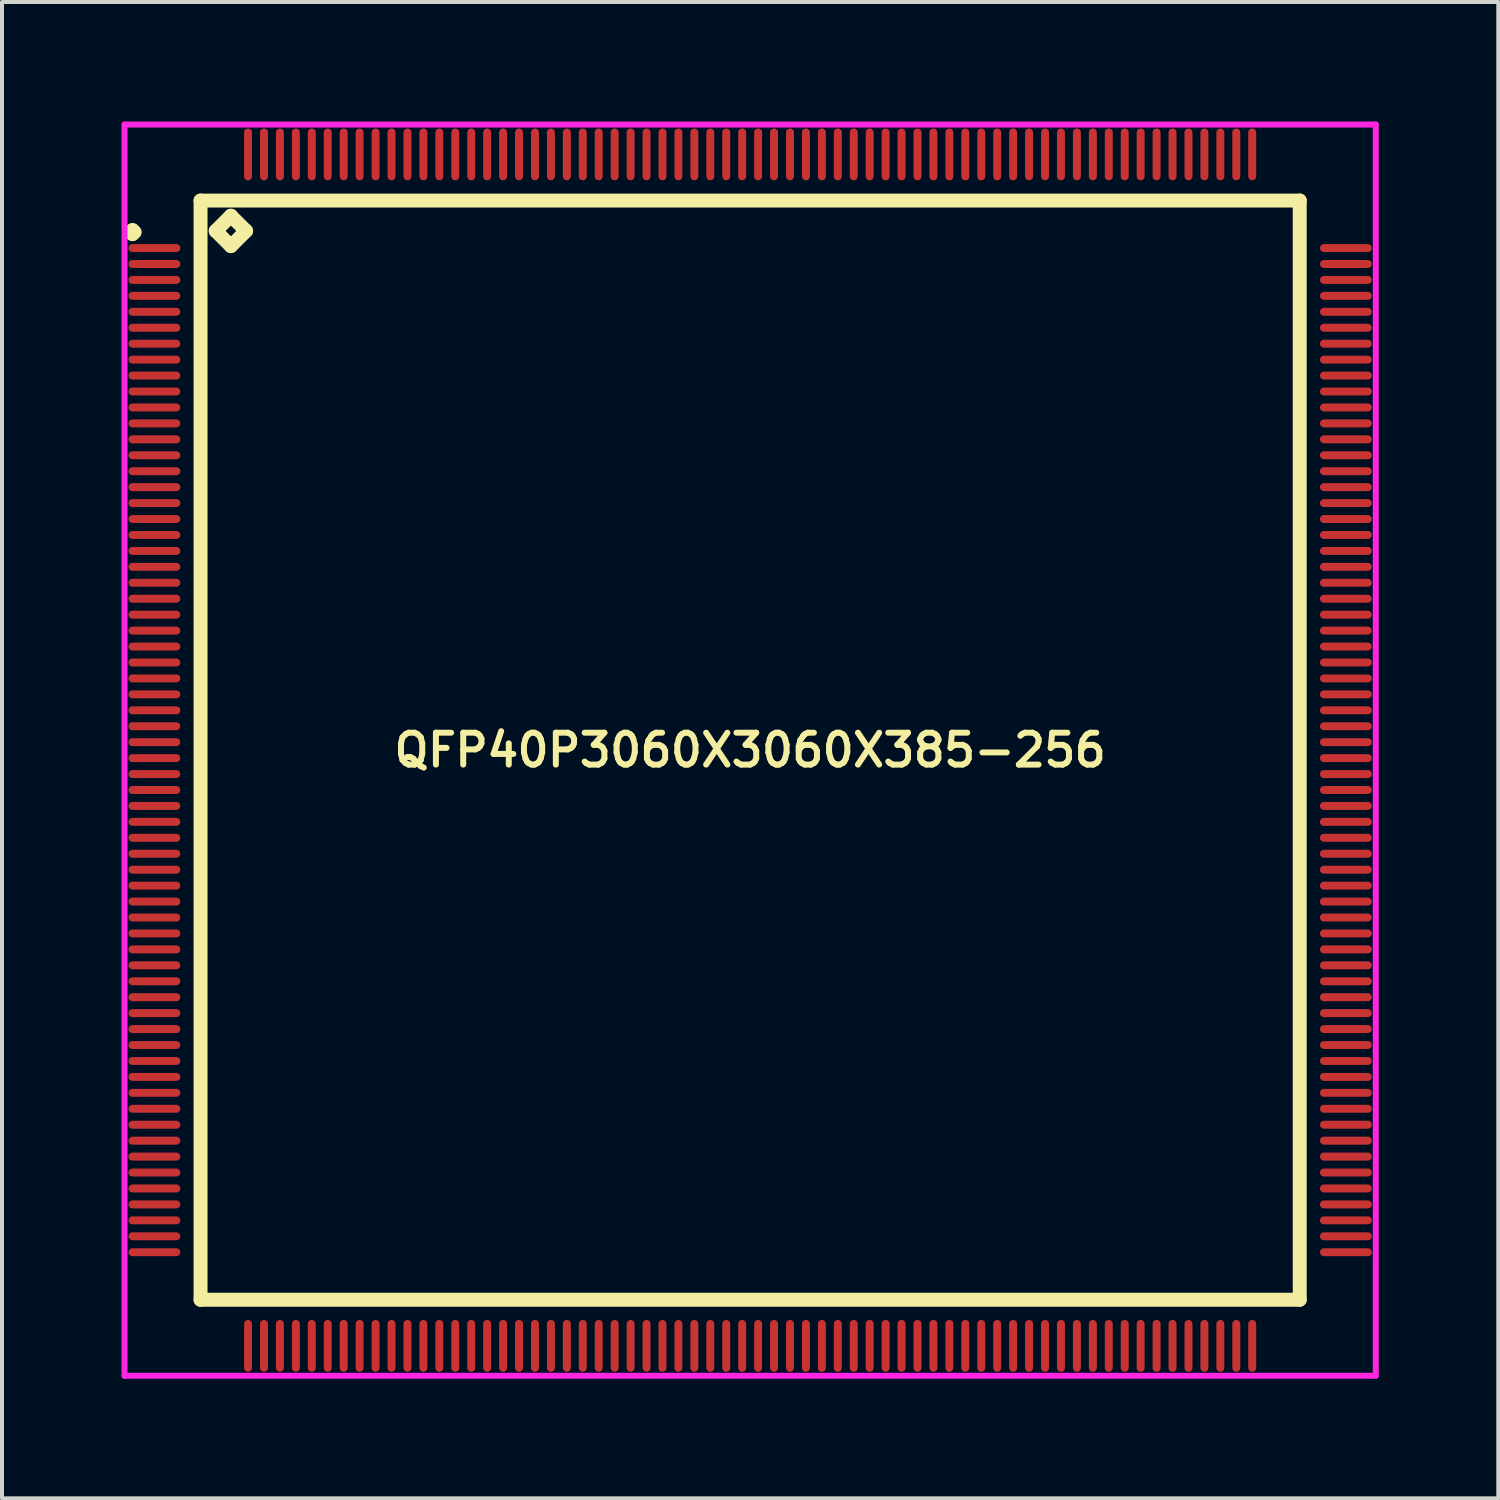
<source format=kicad_pcb>
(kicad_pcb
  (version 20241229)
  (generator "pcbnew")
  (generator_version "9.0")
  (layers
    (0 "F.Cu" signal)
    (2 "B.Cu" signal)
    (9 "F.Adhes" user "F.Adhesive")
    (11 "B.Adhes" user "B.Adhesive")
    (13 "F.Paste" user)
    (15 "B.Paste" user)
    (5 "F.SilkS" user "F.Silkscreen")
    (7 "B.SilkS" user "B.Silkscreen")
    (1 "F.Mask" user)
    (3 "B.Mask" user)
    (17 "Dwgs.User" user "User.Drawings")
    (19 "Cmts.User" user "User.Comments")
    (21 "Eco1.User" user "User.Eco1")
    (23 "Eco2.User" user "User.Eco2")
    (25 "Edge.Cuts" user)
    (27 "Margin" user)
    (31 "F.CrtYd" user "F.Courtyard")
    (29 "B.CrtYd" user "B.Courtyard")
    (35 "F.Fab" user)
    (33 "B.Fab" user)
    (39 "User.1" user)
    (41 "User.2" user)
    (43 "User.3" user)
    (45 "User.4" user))
  (footprint "QFP40P3060X3060X385-256"
    (layer "F.Cu")
    (at 15.775 15.775)
    (property "Reference" "QFP40P3060X3060X385-256" (at 0 0 0) (layer "F.SilkS") (effects (font (size 0.8 0.8) (thickness 0.15))))
    (attr smd)
    (fp_line (start -15.55 -13) (end -15.5 -13.05) (stroke (width 0.35) (type solid)) (layer "F.SilkS"))
    (fp_line (start -15.5 -13.05) (end -15.45 -13) (stroke (width 0.35) (type solid)) (layer "F.SilkS"))
    (fp_line (start -15.5 -12.95) (end -15.55 -13) (stroke (width 0.35) (type solid)) (layer "F.SilkS"))
    (fp_line (start -15.45 -13) (end -15.5 -12.95) (stroke (width 0.35) (type solid)) (layer "F.SilkS"))
    (fp_line (start -13.792 -13.792) (end -13.792 13.792) (stroke (width 0.35) (type solid)) (layer "F.SilkS"))
    (fp_line (start -13.792 13.792) (end 13.792 13.792) (stroke (width 0.35) (type solid)) (layer "F.SilkS"))
    (fp_line (start -13.411 -13.03) (end -13.03 -13.411) (stroke (width 0.35) (type solid)) (layer "F.SilkS"))
    (fp_line (start -13.03 -13.411) (end -12.649 -13.03) (stroke (width 0.35) (type solid)) (layer "F.SilkS"))
    (fp_line (start -13.03 -12.649) (end -13.411 -13.03) (stroke (width 0.35) (type solid)) (layer "F.SilkS"))
    (fp_line (start -12.649 -13.03) (end -13.03 -12.649) (stroke (width 0.35) (type solid)) (layer "F.SilkS"))
    (fp_line (start 13.792 -13.792) (end -13.792 -13.792) (stroke (width 0.35) (type solid)) (layer "F.SilkS"))
    (fp_line (start 13.792 13.792) (end 13.792 -13.792) (stroke (width 0.35) (type solid)) (layer "F.SilkS"))
    (fp_line (start -15.7 -15.7) (end 15.7 -15.7) (stroke (width 0.15) (type solid)) (layer "F.CrtYd"))
    (fp_line (start -15.7 15.7) (end -15.7 -15.7) (stroke (width 0.15) (type solid)) (layer "F.CrtYd"))
    (fp_line (start 15.7 -15.7) (end 15.7 15.7) (stroke (width 0.15) (type solid)) (layer "F.CrtYd"))
    (fp_line (start 15.7 15.7) (end -15.7 15.7) (stroke (width 0.15) (type solid)) (layer "F.CrtYd"))
    (pad "1" smd oval (at -14.95 -12.6) (size 1.3 0.2) (layers "F.Cu" "F.Mask" "F.Paste"))
    (pad "2" smd oval (at -14.95 -12.2) (size 1.3 0.2) (layers "F.Cu" "F.Mask" "F.Paste"))
    (pad "3" smd oval (at -14.95 -11.8) (size 1.3 0.2) (layers "F.Cu" "F.Mask" "F.Paste"))
    (pad "4" smd oval (at -14.95 -11.4) (size 1.3 0.2) (layers "F.Cu" "F.Mask" "F.Paste"))
    (pad "5" smd oval (at -14.95 -11) (size 1.3 0.2) (layers "F.Cu" "F.Mask" "F.Paste"))
    (pad "6" smd oval (at -14.95 -10.6) (size 1.3 0.2) (layers "F.Cu" "F.Mask" "F.Paste"))
    (pad "7" smd oval (at -14.95 -10.2) (size 1.3 0.2) (layers "F.Cu" "F.Mask" "F.Paste"))
    (pad "8" smd oval (at -14.95 -9.8) (size 1.3 0.2) (layers "F.Cu" "F.Mask" "F.Paste"))
    (pad "9" smd oval (at -14.95 -9.4) (size 1.3 0.2) (layers "F.Cu" "F.Mask" "F.Paste"))
    (pad "10" smd oval (at -14.95 -9) (size 1.3 0.2) (layers "F.Cu" "F.Mask" "F.Paste"))
    (pad "11" smd oval (at -14.95 -8.6) (size 1.3 0.2) (layers "F.Cu" "F.Mask" "F.Paste"))
    (pad "12" smd oval (at -14.95 -8.2) (size 1.3 0.2) (layers "F.Cu" "F.Mask" "F.Paste"))
    (pad "13" smd oval (at -14.95 -7.8) (size 1.3 0.2) (layers "F.Cu" "F.Mask" "F.Paste"))
    (pad "14" smd oval (at -14.95 -7.4) (size 1.3 0.2) (layers "F.Cu" "F.Mask" "F.Paste"))
    (pad "15" smd oval (at -14.95 -7) (size 1.3 0.2) (layers "F.Cu" "F.Mask" "F.Paste"))
    (pad "16" smd oval (at -14.95 -6.6) (size 1.3 0.2) (layers "F.Cu" "F.Mask" "F.Paste"))
    (pad "17" smd oval (at -14.95 -6.2) (size 1.3 0.2) (layers "F.Cu" "F.Mask" "F.Paste"))
    (pad "18" smd oval (at -14.95 -5.8) (size 1.3 0.2) (layers "F.Cu" "F.Mask" "F.Paste"))
    (pad "19" smd oval (at -14.95 -5.4) (size 1.3 0.2) (layers "F.Cu" "F.Mask" "F.Paste"))
    (pad "20" smd oval (at -14.95 -5) (size 1.3 0.2) (layers "F.Cu" "F.Mask" "F.Paste"))
    (pad "21" smd oval (at -14.95 -4.6) (size 1.3 0.2) (layers "F.Cu" "F.Mask" "F.Paste"))
    (pad "22" smd oval (at -14.95 -4.2) (size 1.3 0.2) (layers "F.Cu" "F.Mask" "F.Paste"))
    (pad "23" smd oval (at -14.95 -3.8) (size 1.3 0.2) (layers "F.Cu" "F.Mask" "F.Paste"))
    (pad "24" smd oval (at -14.95 -3.4) (size 1.3 0.2) (layers "F.Cu" "F.Mask" "F.Paste"))
    (pad "25" smd oval (at -14.95 -3) (size 1.3 0.2) (layers "F.Cu" "F.Mask" "F.Paste"))
    (pad "26" smd oval (at -14.95 -2.6) (size 1.3 0.2) (layers "F.Cu" "F.Mask" "F.Paste"))
    (pad "27" smd oval (at -14.95 -2.2) (size 1.3 0.2) (layers "F.Cu" "F.Mask" "F.Paste"))
    (pad "28" smd oval (at -14.95 -1.8) (size 1.3 0.2) (layers "F.Cu" "F.Mask" "F.Paste"))
    (pad "29" smd oval (at -14.95 -1.4) (size 1.3 0.2) (layers "F.Cu" "F.Mask" "F.Paste"))
    (pad "30" smd oval (at -14.95 -1) (size 1.3 0.2) (layers "F.Cu" "F.Mask" "F.Paste"))
    (pad "31" smd oval (at -14.95 -0.6) (size 1.3 0.2) (layers "F.Cu" "F.Mask" "F.Paste"))
    (pad "32" smd oval (at -14.95 -0.2) (size 1.3 0.2) (layers "F.Cu" "F.Mask" "F.Paste"))
    (pad "33" smd oval (at -14.95 0.2) (size 1.3 0.2) (layers "F.Cu" "F.Mask" "F.Paste"))
    (pad "34" smd oval (at -14.95 0.6) (size 1.3 0.2) (layers "F.Cu" "F.Mask" "F.Paste"))
    (pad "35" smd oval (at -14.95 1) (size 1.3 0.2) (layers "F.Cu" "F.Mask" "F.Paste"))
    (pad "36" smd oval (at -14.95 1.4) (size 1.3 0.2) (layers "F.Cu" "F.Mask" "F.Paste"))
    (pad "37" smd oval (at -14.95 1.8) (size 1.3 0.2) (layers "F.Cu" "F.Mask" "F.Paste"))
    (pad "38" smd oval (at -14.95 2.2) (size 1.3 0.2) (layers "F.Cu" "F.Mask" "F.Paste"))
    (pad "39" smd oval (at -14.95 2.6) (size 1.3 0.2) (layers "F.Cu" "F.Mask" "F.Paste"))
    (pad "40" smd oval (at -14.95 3) (size 1.3 0.2) (layers "F.Cu" "F.Mask" "F.Paste"))
    (pad "41" smd oval (at -14.95 3.4) (size 1.3 0.2) (layers "F.Cu" "F.Mask" "F.Paste"))
    (pad "42" smd oval (at -14.95 3.8) (size 1.3 0.2) (layers "F.Cu" "F.Mask" "F.Paste"))
    (pad "43" smd oval (at -14.95 4.2) (size 1.3 0.2) (layers "F.Cu" "F.Mask" "F.Paste"))
    (pad "44" smd oval (at -14.95 4.6) (size 1.3 0.2) (layers "F.Cu" "F.Mask" "F.Paste"))
    (pad "45" smd oval (at -14.95 5) (size 1.3 0.2) (layers "F.Cu" "F.Mask" "F.Paste"))
    (pad "46" smd oval (at -14.95 5.4) (size 1.3 0.2) (layers "F.Cu" "F.Mask" "F.Paste"))
    (pad "47" smd oval (at -14.95 5.8) (size 1.3 0.2) (layers "F.Cu" "F.Mask" "F.Paste"))
    (pad "48" smd oval (at -14.95 6.2) (size 1.3 0.2) (layers "F.Cu" "F.Mask" "F.Paste"))
    (pad "49" smd oval (at -14.95 6.6) (size 1.3 0.2) (layers "F.Cu" "F.Mask" "F.Paste"))
    (pad "50" smd oval (at -14.95 7) (size 1.3 0.2) (layers "F.Cu" "F.Mask" "F.Paste"))
    (pad "51" smd oval (at -14.95 7.4) (size 1.3 0.2) (layers "F.Cu" "F.Mask" "F.Paste"))
    (pad "52" smd oval (at -14.95 7.8) (size 1.3 0.2) (layers "F.Cu" "F.Mask" "F.Paste"))
    (pad "53" smd oval (at -14.95 8.2) (size 1.3 0.2) (layers "F.Cu" "F.Mask" "F.Paste"))
    (pad "54" smd oval (at -14.95 8.6) (size 1.3 0.2) (layers "F.Cu" "F.Mask" "F.Paste"))
    (pad "55" smd oval (at -14.95 9) (size 1.3 0.2) (layers "F.Cu" "F.Mask" "F.Paste"))
    (pad "56" smd oval (at -14.95 9.4) (size 1.3 0.2) (layers "F.Cu" "F.Mask" "F.Paste"))
    (pad "57" smd oval (at -14.95 9.8) (size 1.3 0.2) (layers "F.Cu" "F.Mask" "F.Paste"))
    (pad "58" smd oval (at -14.95 10.2) (size 1.3 0.2) (layers "F.Cu" "F.Mask" "F.Paste"))
    (pad "59" smd oval (at -14.95 10.6) (size 1.3 0.2) (layers "F.Cu" "F.Mask" "F.Paste"))
    (pad "60" smd oval (at -14.95 11) (size 1.3 0.2) (layers "F.Cu" "F.Mask" "F.Paste"))
    (pad "61" smd oval (at -14.95 11.4) (size 1.3 0.2) (layers "F.Cu" "F.Mask" "F.Paste"))
    (pad "62" smd oval (at -14.95 11.8) (size 1.3 0.2) (layers "F.Cu" "F.Mask" "F.Paste"))
    (pad "63" smd oval (at -14.95 12.2) (size 1.3 0.2) (layers "F.Cu" "F.Mask" "F.Paste"))
    (pad "64" smd oval (at -14.95 12.6) (size 1.3 0.2) (layers "F.Cu" "F.Mask" "F.Paste"))
    (pad "65" smd oval (at -12.6 14.95) (size 0.2 1.3) (layers "F.Cu" "F.Mask" "F.Paste"))
    (pad "66" smd oval (at -12.2 14.95) (size 0.2 1.3) (layers "F.Cu" "F.Mask" "F.Paste"))
    (pad "67" smd oval (at -11.8 14.95) (size 0.2 1.3) (layers "F.Cu" "F.Mask" "F.Paste"))
    (pad "68" smd oval (at -11.4 14.95) (size 0.2 1.3) (layers "F.Cu" "F.Mask" "F.Paste"))
    (pad "69" smd oval (at -11 14.95) (size 0.2 1.3) (layers "F.Cu" "F.Mask" "F.Paste"))
    (pad "70" smd oval (at -10.6 14.95) (size 0.2 1.3) (layers "F.Cu" "F.Mask" "F.Paste"))
    (pad "71" smd oval (at -10.2 14.95) (size 0.2 1.3) (layers "F.Cu" "F.Mask" "F.Paste"))
    (pad "72" smd oval (at -9.8 14.95) (size 0.2 1.3) (layers "F.Cu" "F.Mask" "F.Paste"))
    (pad "73" smd oval (at -9.4 14.95) (size 0.2 1.3) (layers "F.Cu" "F.Mask" "F.Paste"))
    (pad "74" smd oval (at -9 14.95) (size 0.2 1.3) (layers "F.Cu" "F.Mask" "F.Paste"))
    (pad "75" smd oval (at -8.6 14.95) (size 0.2 1.3) (layers "F.Cu" "F.Mask" "F.Paste"))
    (pad "76" smd oval (at -8.2 14.95) (size 0.2 1.3) (layers "F.Cu" "F.Mask" "F.Paste"))
    (pad "77" smd oval (at -7.8 14.95) (size 0.2 1.3) (layers "F.Cu" "F.Mask" "F.Paste"))
    (pad "78" smd oval (at -7.4 14.95) (size 0.2 1.3) (layers "F.Cu" "F.Mask" "F.Paste"))
    (pad "79" smd oval (at -7 14.95) (size 0.2 1.3) (layers "F.Cu" "F.Mask" "F.Paste"))
    (pad "80" smd oval (at -6.6 14.95) (size 0.2 1.3) (layers "F.Cu" "F.Mask" "F.Paste"))
    (pad "81" smd oval (at -6.2 14.95) (size 0.2 1.3) (layers "F.Cu" "F.Mask" "F.Paste"))
    (pad "82" smd oval (at -5.8 14.95) (size 0.2 1.3) (layers "F.Cu" "F.Mask" "F.Paste"))
    (pad "83" smd oval (at -5.4 14.95) (size 0.2 1.3) (layers "F.Cu" "F.Mask" "F.Paste"))
    (pad "84" smd oval (at -5 14.95) (size 0.2 1.3) (layers "F.Cu" "F.Mask" "F.Paste"))
    (pad "85" smd oval (at -4.6 14.95) (size 0.2 1.3) (layers "F.Cu" "F.Mask" "F.Paste"))
    (pad "86" smd oval (at -4.2 14.95) (size 0.2 1.3) (layers "F.Cu" "F.Mask" "F.Paste"))
    (pad "87" smd oval (at -3.8 14.95) (size 0.2 1.3) (layers "F.Cu" "F.Mask" "F.Paste"))
    (pad "88" smd oval (at -3.4 14.95) (size 0.2 1.3) (layers "F.Cu" "F.Mask" "F.Paste"))
    (pad "89" smd oval (at -3 14.95) (size 0.2 1.3) (layers "F.Cu" "F.Mask" "F.Paste"))
    (pad "90" smd oval (at -2.6 14.95) (size 0.2 1.3) (layers "F.Cu" "F.Mask" "F.Paste"))
    (pad "91" smd oval (at -2.2 14.95) (size 0.2 1.3) (layers "F.Cu" "F.Mask" "F.Paste"))
    (pad "92" smd oval (at -1.8 14.95) (size 0.2 1.3) (layers "F.Cu" "F.Mask" "F.Paste"))
    (pad "93" smd oval (at -1.4 14.95) (size 0.2 1.3) (layers "F.Cu" "F.Mask" "F.Paste"))
    (pad "94" smd oval (at -1 14.95) (size 0.2 1.3) (layers "F.Cu" "F.Mask" "F.Paste"))
    (pad "95" smd oval (at -0.6 14.95) (size 0.2 1.3) (layers "F.Cu" "F.Mask" "F.Paste"))
    (pad "96" smd oval (at -0.2 14.95) (size 0.2 1.3) (layers "F.Cu" "F.Mask" "F.Paste"))
    (pad "97" smd oval (at 0.2 14.95) (size 0.2 1.3) (layers "F.Cu" "F.Mask" "F.Paste"))
    (pad "98" smd oval (at 0.6 14.95) (size 0.2 1.3) (layers "F.Cu" "F.Mask" "F.Paste"))
    (pad "99" smd oval (at 1 14.95) (size 0.2 1.3) (layers "F.Cu" "F.Mask" "F.Paste"))
    (pad "100" smd oval (at 1.4 14.95) (size 0.2 1.3) (layers "F.Cu" "F.Mask" "F.Paste"))
    (pad "101" smd oval (at 1.8 14.95) (size 0.2 1.3) (layers "F.Cu" "F.Mask" "F.Paste"))
    (pad "102" smd oval (at 2.2 14.95) (size 0.2 1.3) (layers "F.Cu" "F.Mask" "F.Paste"))
    (pad "103" smd oval (at 2.6 14.95) (size 0.2 1.3) (layers "F.Cu" "F.Mask" "F.Paste"))
    (pad "104" smd oval (at 3 14.95) (size 0.2 1.3) (layers "F.Cu" "F.Mask" "F.Paste"))
    (pad "105" smd oval (at 3.4 14.95) (size 0.2 1.3) (layers "F.Cu" "F.Mask" "F.Paste"))
    (pad "106" smd oval (at 3.8 14.95) (size 0.2 1.3) (layers "F.Cu" "F.Mask" "F.Paste"))
    (pad "107" smd oval (at 4.2 14.95) (size 0.2 1.3) (layers "F.Cu" "F.Mask" "F.Paste"))
    (pad "108" smd oval (at 4.6 14.95) (size 0.2 1.3) (layers "F.Cu" "F.Mask" "F.Paste"))
    (pad "109" smd oval (at 5 14.95) (size 0.2 1.3) (layers "F.Cu" "F.Mask" "F.Paste"))
    (pad "110" smd oval (at 5.4 14.95) (size 0.2 1.3) (layers "F.Cu" "F.Mask" "F.Paste"))
    (pad "111" smd oval (at 5.8 14.95) (size 0.2 1.3) (layers "F.Cu" "F.Mask" "F.Paste"))
    (pad "112" smd oval (at 6.2 14.95) (size 0.2 1.3) (layers "F.Cu" "F.Mask" "F.Paste"))
    (pad "113" smd oval (at 6.6 14.95) (size 0.2 1.3) (layers "F.Cu" "F.Mask" "F.Paste"))
    (pad "114" smd oval (at 7 14.95) (size 0.2 1.3) (layers "F.Cu" "F.Mask" "F.Paste"))
    (pad "115" smd oval (at 7.4 14.95) (size 0.2 1.3) (layers "F.Cu" "F.Mask" "F.Paste"))
    (pad "116" smd oval (at 7.8 14.95) (size 0.2 1.3) (layers "F.Cu" "F.Mask" "F.Paste"))
    (pad "117" smd oval (at 8.2 14.95) (size 0.2 1.3) (layers "F.Cu" "F.Mask" "F.Paste"))
    (pad "118" smd oval (at 8.6 14.95) (size 0.2 1.3) (layers "F.Cu" "F.Mask" "F.Paste"))
    (pad "119" smd oval (at 9 14.95) (size 0.2 1.3) (layers "F.Cu" "F.Mask" "F.Paste"))
    (pad "120" smd oval (at 9.4 14.95) (size 0.2 1.3) (layers "F.Cu" "F.Mask" "F.Paste"))
    (pad "121" smd oval (at 9.8 14.95) (size 0.2 1.3) (layers "F.Cu" "F.Mask" "F.Paste"))
    (pad "122" smd oval (at 10.2 14.95) (size 0.2 1.3) (layers "F.Cu" "F.Mask" "F.Paste"))
    (pad "123" smd oval (at 10.6 14.95) (size 0.2 1.3) (layers "F.Cu" "F.Mask" "F.Paste"))
    (pad "124" smd oval (at 11 14.95) (size 0.2 1.3) (layers "F.Cu" "F.Mask" "F.Paste"))
    (pad "125" smd oval (at 11.4 14.95) (size 0.2 1.3) (layers "F.Cu" "F.Mask" "F.Paste"))
    (pad "126" smd oval (at 11.8 14.95) (size 0.2 1.3) (layers "F.Cu" "F.Mask" "F.Paste"))
    (pad "127" smd oval (at 12.2 14.95) (size 0.2 1.3) (layers "F.Cu" "F.Mask" "F.Paste"))
    (pad "128" smd oval (at 12.6 14.95) (size 0.2 1.3) (layers "F.Cu" "F.Mask" "F.Paste"))
    (pad "129" smd oval (at 14.95 12.6) (size 1.3 0.2) (layers "F.Cu" "F.Mask" "F.Paste"))
    (pad "130" smd oval (at 14.95 12.2) (size 1.3 0.2) (layers "F.Cu" "F.Mask" "F.Paste"))
    (pad "131" smd oval (at 14.95 11.8) (size 1.3 0.2) (layers "F.Cu" "F.Mask" "F.Paste"))
    (pad "132" smd oval (at 14.95 11.4) (size 1.3 0.2) (layers "F.Cu" "F.Mask" "F.Paste"))
    (pad "133" smd oval (at 14.95 11) (size 1.3 0.2) (layers "F.Cu" "F.Mask" "F.Paste"))
    (pad "134" smd oval (at 14.95 10.6) (size 1.3 0.2) (layers "F.Cu" "F.Mask" "F.Paste"))
    (pad "135" smd oval (at 14.95 10.2) (size 1.3 0.2) (layers "F.Cu" "F.Mask" "F.Paste"))
    (pad "136" smd oval (at 14.95 9.8) (size 1.3 0.2) (layers "F.Cu" "F.Mask" "F.Paste"))
    (pad "137" smd oval (at 14.95 9.4) (size 1.3 0.2) (layers "F.Cu" "F.Mask" "F.Paste"))
    (pad "138" smd oval (at 14.95 9) (size 1.3 0.2) (layers "F.Cu" "F.Mask" "F.Paste"))
    (pad "139" smd oval (at 14.95 8.6) (size 1.3 0.2) (layers "F.Cu" "F.Mask" "F.Paste"))
    (pad "140" smd oval (at 14.95 8.2) (size 1.3 0.2) (layers "F.Cu" "F.Mask" "F.Paste"))
    (pad "141" smd oval (at 14.95 7.8) (size 1.3 0.2) (layers "F.Cu" "F.Mask" "F.Paste"))
    (pad "142" smd oval (at 14.95 7.4) (size 1.3 0.2) (layers "F.Cu" "F.Mask" "F.Paste"))
    (pad "143" smd oval (at 14.95 7) (size 1.3 0.2) (layers "F.Cu" "F.Mask" "F.Paste"))
    (pad "144" smd oval (at 14.95 6.6) (size 1.3 0.2) (layers "F.Cu" "F.Mask" "F.Paste"))
    (pad "145" smd oval (at 14.95 6.2) (size 1.3 0.2) (layers "F.Cu" "F.Mask" "F.Paste"))
    (pad "146" smd oval (at 14.95 5.8) (size 1.3 0.2) (layers "F.Cu" "F.Mask" "F.Paste"))
    (pad "147" smd oval (at 14.95 5.4) (size 1.3 0.2) (layers "F.Cu" "F.Mask" "F.Paste"))
    (pad "148" smd oval (at 14.95 5) (size 1.3 0.2) (layers "F.Cu" "F.Mask" "F.Paste"))
    (pad "149" smd oval (at 14.95 4.6) (size 1.3 0.2) (layers "F.Cu" "F.Mask" "F.Paste"))
    (pad "150" smd oval (at 14.95 4.2) (size 1.3 0.2) (layers "F.Cu" "F.Mask" "F.Paste"))
    (pad "151" smd oval (at 14.95 3.8) (size 1.3 0.2) (layers "F.Cu" "F.Mask" "F.Paste"))
    (pad "152" smd oval (at 14.95 3.4) (size 1.3 0.2) (layers "F.Cu" "F.Mask" "F.Paste"))
    (pad "153" smd oval (at 14.95 3) (size 1.3 0.2) (layers "F.Cu" "F.Mask" "F.Paste"))
    (pad "154" smd oval (at 14.95 2.6) (size 1.3 0.2) (layers "F.Cu" "F.Mask" "F.Paste"))
    (pad "155" smd oval (at 14.95 2.2) (size 1.3 0.2) (layers "F.Cu" "F.Mask" "F.Paste"))
    (pad "156" smd oval (at 14.95 1.8) (size 1.3 0.2) (layers "F.Cu" "F.Mask" "F.Paste"))
    (pad "157" smd oval (at 14.95 1.4) (size 1.3 0.2) (layers "F.Cu" "F.Mask" "F.Paste"))
    (pad "158" smd oval (at 14.95 1) (size 1.3 0.2) (layers "F.Cu" "F.Mask" "F.Paste"))
    (pad "159" smd oval (at 14.95 0.6) (size 1.3 0.2) (layers "F.Cu" "F.Mask" "F.Paste"))
    (pad "160" smd oval (at 14.95 0.2) (size 1.3 0.2) (layers "F.Cu" "F.Mask" "F.Paste"))
    (pad "161" smd oval (at 14.95 -0.2) (size 1.3 0.2) (layers "F.Cu" "F.Mask" "F.Paste"))
    (pad "162" smd oval (at 14.95 -0.6) (size 1.3 0.2) (layers "F.Cu" "F.Mask" "F.Paste"))
    (pad "163" smd oval (at 14.95 -1) (size 1.3 0.2) (layers "F.Cu" "F.Mask" "F.Paste"))
    (pad "164" smd oval (at 14.95 -1.4) (size 1.3 0.2) (layers "F.Cu" "F.Mask" "F.Paste"))
    (pad "165" smd oval (at 14.95 -1.8) (size 1.3 0.2) (layers "F.Cu" "F.Mask" "F.Paste"))
    (pad "166" smd oval (at 14.95 -2.2) (size 1.3 0.2) (layers "F.Cu" "F.Mask" "F.Paste"))
    (pad "167" smd oval (at 14.95 -2.6) (size 1.3 0.2) (layers "F.Cu" "F.Mask" "F.Paste"))
    (pad "168" smd oval (at 14.95 -3) (size 1.3 0.2) (layers "F.Cu" "F.Mask" "F.Paste"))
    (pad "169" smd oval (at 14.95 -3.4) (size 1.3 0.2) (layers "F.Cu" "F.Mask" "F.Paste"))
    (pad "170" smd oval (at 14.95 -3.8) (size 1.3 0.2) (layers "F.Cu" "F.Mask" "F.Paste"))
    (pad "171" smd oval (at 14.95 -4.2) (size 1.3 0.2) (layers "F.Cu" "F.Mask" "F.Paste"))
    (pad "172" smd oval (at 14.95 -4.6) (size 1.3 0.2) (layers "F.Cu" "F.Mask" "F.Paste"))
    (pad "173" smd oval (at 14.95 -5) (size 1.3 0.2) (layers "F.Cu" "F.Mask" "F.Paste"))
    (pad "174" smd oval (at 14.95 -5.4) (size 1.3 0.2) (layers "F.Cu" "F.Mask" "F.Paste"))
    (pad "175" smd oval (at 14.95 -5.8) (size 1.3 0.2) (layers "F.Cu" "F.Mask" "F.Paste"))
    (pad "176" smd oval (at 14.95 -6.2) (size 1.3 0.2) (layers "F.Cu" "F.Mask" "F.Paste"))
    (pad "177" smd oval (at 14.95 -6.6) (size 1.3 0.2) (layers "F.Cu" "F.Mask" "F.Paste"))
    (pad "178" smd oval (at 14.95 -7) (size 1.3 0.2) (layers "F.Cu" "F.Mask" "F.Paste"))
    (pad "179" smd oval (at 14.95 -7.4) (size 1.3 0.2) (layers "F.Cu" "F.Mask" "F.Paste"))
    (pad "180" smd oval (at 14.95 -7.8) (size 1.3 0.2) (layers "F.Cu" "F.Mask" "F.Paste"))
    (pad "181" smd oval (at 14.95 -8.2) (size 1.3 0.2) (layers "F.Cu" "F.Mask" "F.Paste"))
    (pad "182" smd oval (at 14.95 -8.6) (size 1.3 0.2) (layers "F.Cu" "F.Mask" "F.Paste"))
    (pad "183" smd oval (at 14.95 -9) (size 1.3 0.2) (layers "F.Cu" "F.Mask" "F.Paste"))
    (pad "184" smd oval (at 14.95 -9.4) (size 1.3 0.2) (layers "F.Cu" "F.Mask" "F.Paste"))
    (pad "185" smd oval (at 14.95 -9.8) (size 1.3 0.2) (layers "F.Cu" "F.Mask" "F.Paste"))
    (pad "186" smd oval (at 14.95 -10.2) (size 1.3 0.2) (layers "F.Cu" "F.Mask" "F.Paste"))
    (pad "187" smd oval (at 14.95 -10.6) (size 1.3 0.2) (layers "F.Cu" "F.Mask" "F.Paste"))
    (pad "188" smd oval (at 14.95 -11) (size 1.3 0.2) (layers "F.Cu" "F.Mask" "F.Paste"))
    (pad "189" smd oval (at 14.95 -11.4) (size 1.3 0.2) (layers "F.Cu" "F.Mask" "F.Paste"))
    (pad "190" smd oval (at 14.95 -11.8) (size 1.3 0.2) (layers "F.Cu" "F.Mask" "F.Paste"))
    (pad "191" smd oval (at 14.95 -12.2) (size 1.3 0.2) (layers "F.Cu" "F.Mask" "F.Paste"))
    (pad "192" smd oval (at 14.95 -12.6) (size 1.3 0.2) (layers "F.Cu" "F.Mask" "F.Paste"))
    (pad "193" smd oval (at 12.6 -14.95) (size 0.2 1.3) (layers "F.Cu" "F.Mask" "F.Paste"))
    (pad "194" smd oval (at 12.2 -14.95) (size 0.2 1.3) (layers "F.Cu" "F.Mask" "F.Paste"))
    (pad "195" smd oval (at 11.8 -14.95) (size 0.2 1.3) (layers "F.Cu" "F.Mask" "F.Paste"))
    (pad "196" smd oval (at 11.4 -14.95) (size 0.2 1.3) (layers "F.Cu" "F.Mask" "F.Paste"))
    (pad "197" smd oval (at 11 -14.95) (size 0.2 1.3) (layers "F.Cu" "F.Mask" "F.Paste"))
    (pad "198" smd oval (at 10.6 -14.95) (size 0.2 1.3) (layers "F.Cu" "F.Mask" "F.Paste"))
    (pad "199" smd oval (at 10.2 -14.95) (size 0.2 1.3) (layers "F.Cu" "F.Mask" "F.Paste"))
    (pad "200" smd oval (at 9.8 -14.95) (size 0.2 1.3) (layers "F.Cu" "F.Mask" "F.Paste"))
    (pad "201" smd oval (at 9.4 -14.95) (size 0.2 1.3) (layers "F.Cu" "F.Mask" "F.Paste"))
    (pad "202" smd oval (at 9 -14.95) (size 0.2 1.3) (layers "F.Cu" "F.Mask" "F.Paste"))
    (pad "203" smd oval (at 8.6 -14.95) (size 0.2 1.3) (layers "F.Cu" "F.Mask" "F.Paste"))
    (pad "204" smd oval (at 8.2 -14.95) (size 0.2 1.3) (layers "F.Cu" "F.Mask" "F.Paste"))
    (pad "205" smd oval (at 7.8 -14.95) (size 0.2 1.3) (layers "F.Cu" "F.Mask" "F.Paste"))
    (pad "206" smd oval (at 7.4 -14.95) (size 0.2 1.3) (layers "F.Cu" "F.Mask" "F.Paste"))
    (pad "207" smd oval (at 7 -14.95) (size 0.2 1.3) (layers "F.Cu" "F.Mask" "F.Paste"))
    (pad "208" smd oval (at 6.6 -14.95) (size 0.2 1.3) (layers "F.Cu" "F.Mask" "F.Paste"))
    (pad "209" smd oval (at 6.2 -14.95) (size 0.2 1.3) (layers "F.Cu" "F.Mask" "F.Paste"))
    (pad "210" smd oval (at 5.8 -14.95) (size 0.2 1.3) (layers "F.Cu" "F.Mask" "F.Paste"))
    (pad "211" smd oval (at 5.4 -14.95) (size 0.2 1.3) (layers "F.Cu" "F.Mask" "F.Paste"))
    (pad "212" smd oval (at 5 -14.95) (size 0.2 1.3) (layers "F.Cu" "F.Mask" "F.Paste"))
    (pad "213" smd oval (at 4.6 -14.95) (size 0.2 1.3) (layers "F.Cu" "F.Mask" "F.Paste"))
    (pad "214" smd oval (at 4.2 -14.95) (size 0.2 1.3) (layers "F.Cu" "F.Mask" "F.Paste"))
    (pad "215" smd oval (at 3.8 -14.95) (size 0.2 1.3) (layers "F.Cu" "F.Mask" "F.Paste"))
    (pad "216" smd oval (at 3.4 -14.95) (size 0.2 1.3) (layers "F.Cu" "F.Mask" "F.Paste"))
    (pad "217" smd oval (at 3 -14.95) (size 0.2 1.3) (layers "F.Cu" "F.Mask" "F.Paste"))
    (pad "218" smd oval (at 2.6 -14.95) (size 0.2 1.3) (layers "F.Cu" "F.Mask" "F.Paste"))
    (pad "219" smd oval (at 2.2 -14.95) (size 0.2 1.3) (layers "F.Cu" "F.Mask" "F.Paste"))
    (pad "220" smd oval (at 1.8 -14.95) (size 0.2 1.3) (layers "F.Cu" "F.Mask" "F.Paste"))
    (pad "221" smd oval (at 1.4 -14.95) (size 0.2 1.3) (layers "F.Cu" "F.Mask" "F.Paste"))
    (pad "222" smd oval (at 1 -14.95) (size 0.2 1.3) (layers "F.Cu" "F.Mask" "F.Paste"))
    (pad "223" smd oval (at 0.6 -14.95) (size 0.2 1.3) (layers "F.Cu" "F.Mask" "F.Paste"))
    (pad "224" smd oval (at 0.2 -14.95) (size 0.2 1.3) (layers "F.Cu" "F.Mask" "F.Paste"))
    (pad "225" smd oval (at -0.2 -14.95) (size 0.2 1.3) (layers "F.Cu" "F.Mask" "F.Paste"))
    (pad "226" smd oval (at -0.6 -14.95) (size 0.2 1.3) (layers "F.Cu" "F.Mask" "F.Paste"))
    (pad "227" smd oval (at -1 -14.95) (size 0.2 1.3) (layers "F.Cu" "F.Mask" "F.Paste"))
    (pad "228" smd oval (at -1.4 -14.95) (size 0.2 1.3) (layers "F.Cu" "F.Mask" "F.Paste"))
    (pad "229" smd oval (at -1.8 -14.95) (size 0.2 1.3) (layers "F.Cu" "F.Mask" "F.Paste"))
    (pad "230" smd oval (at -2.2 -14.95) (size 0.2 1.3) (layers "F.Cu" "F.Mask" "F.Paste"))
    (pad "231" smd oval (at -2.6 -14.95) (size 0.2 1.3) (layers "F.Cu" "F.Mask" "F.Paste"))
    (pad "232" smd oval (at -3 -14.95) (size 0.2 1.3) (layers "F.Cu" "F.Mask" "F.Paste"))
    (pad "233" smd oval (at -3.4 -14.95) (size 0.2 1.3) (layers "F.Cu" "F.Mask" "F.Paste"))
    (pad "234" smd oval (at -3.8 -14.95) (size 0.2 1.3) (layers "F.Cu" "F.Mask" "F.Paste"))
    (pad "235" smd oval (at -4.2 -14.95) (size 0.2 1.3) (layers "F.Cu" "F.Mask" "F.Paste"))
    (pad "236" smd oval (at -4.6 -14.95) (size 0.2 1.3) (layers "F.Cu" "F.Mask" "F.Paste"))
    (pad "237" smd oval (at -5 -14.95) (size 0.2 1.3) (layers "F.Cu" "F.Mask" "F.Paste"))
    (pad "238" smd oval (at -5.4 -14.95) (size 0.2 1.3) (layers "F.Cu" "F.Mask" "F.Paste"))
    (pad "239" smd oval (at -5.8 -14.95) (size 0.2 1.3) (layers "F.Cu" "F.Mask" "F.Paste"))
    (pad "240" smd oval (at -6.2 -14.95) (size 0.2 1.3) (layers "F.Cu" "F.Mask" "F.Paste"))
    (pad "241" smd oval (at -6.6 -14.95) (size 0.2 1.3) (layers "F.Cu" "F.Mask" "F.Paste"))
    (pad "242" smd oval (at -7 -14.95) (size 0.2 1.3) (layers "F.Cu" "F.Mask" "F.Paste"))
    (pad "243" smd oval (at -7.4 -14.95) (size 0.2 1.3) (layers "F.Cu" "F.Mask" "F.Paste"))
    (pad "244" smd oval (at -7.8 -14.95) (size 0.2 1.3) (layers "F.Cu" "F.Mask" "F.Paste"))
    (pad "245" smd oval (at -8.2 -14.95) (size 0.2 1.3) (layers "F.Cu" "F.Mask" "F.Paste"))
    (pad "246" smd oval (at -8.6 -14.95) (size 0.2 1.3) (layers "F.Cu" "F.Mask" "F.Paste"))
    (pad "247" smd oval (at -9 -14.95) (size 0.2 1.3) (layers "F.Cu" "F.Mask" "F.Paste"))
    (pad "248" smd oval (at -9.4 -14.95) (size 0.2 1.3) (layers "F.Cu" "F.Mask" "F.Paste"))
    (pad "249" smd oval (at -9.8 -14.95) (size 0.2 1.3) (layers "F.Cu" "F.Mask" "F.Paste"))
    (pad "250" smd oval (at -10.2 -14.95) (size 0.2 1.3) (layers "F.Cu" "F.Mask" "F.Paste"))
    (pad "251" smd oval (at -10.6 -14.95) (size 0.2 1.3) (layers "F.Cu" "F.Mask" "F.Paste"))
    (pad "252" smd oval (at -11 -14.95) (size 0.2 1.3) (layers "F.Cu" "F.Mask" "F.Paste"))
    (pad "253" smd oval (at -11.4 -14.95) (size 0.2 1.3) (layers "F.Cu" "F.Mask" "F.Paste"))
    (pad "254" smd oval (at -11.8 -14.95) (size 0.2 1.3) (layers "F.Cu" "F.Mask" "F.Paste"))
    (pad "255" smd oval (at -12.2 -14.95) (size 0.2 1.3) (layers "F.Cu" "F.Mask" "F.Paste"))
    (pad "256" smd oval (at -12.6 -14.95) (size 0.2 1.3) (layers "F.Cu" "F.Mask" "F.Paste")))
  (gr_rect
    (start -3 -3)
    (end 34.55 34.55)
    (stroke (width 0.1) (type default))
    (fill no)
    (layer "Edge.Cuts")))
</source>
